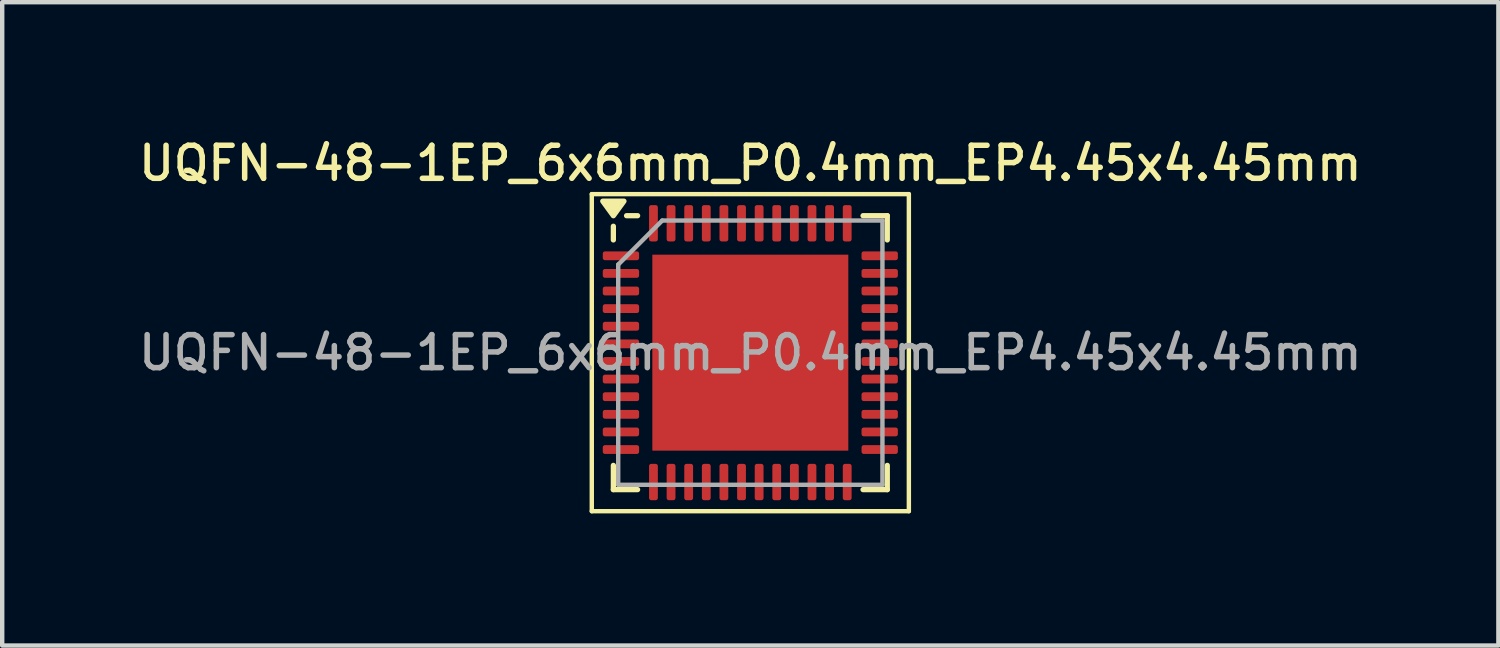
<source format=kicad_pcb>
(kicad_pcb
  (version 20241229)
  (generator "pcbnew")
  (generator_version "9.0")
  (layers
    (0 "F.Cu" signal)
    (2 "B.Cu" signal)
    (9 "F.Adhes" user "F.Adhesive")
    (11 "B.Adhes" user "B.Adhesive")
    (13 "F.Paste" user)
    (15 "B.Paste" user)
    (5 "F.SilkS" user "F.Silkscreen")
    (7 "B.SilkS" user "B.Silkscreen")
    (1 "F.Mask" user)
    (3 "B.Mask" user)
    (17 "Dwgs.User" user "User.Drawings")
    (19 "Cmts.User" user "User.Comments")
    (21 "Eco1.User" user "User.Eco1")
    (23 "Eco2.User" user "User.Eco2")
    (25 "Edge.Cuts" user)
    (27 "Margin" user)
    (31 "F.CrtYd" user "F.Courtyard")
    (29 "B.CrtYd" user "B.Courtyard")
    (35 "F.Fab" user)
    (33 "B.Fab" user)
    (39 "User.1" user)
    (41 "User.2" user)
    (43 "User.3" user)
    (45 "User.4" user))
  (footprint "UQFN-48-1EP_6x6mm_P0.4mm_EP4.45x4.45mm"
    (layer "F.Cu")
    (at 13.988 4.958)
    (property "Reference" "UQFN-48-1EP_6x6mm_P0.4mm_EP4.45x4.45mm" (at 0 -4.3 0) (layer "F.SilkS") (effects (font (size 0.75 0.75) (thickness 0.125))))
    (attr smd)
    (fp_line (start -3.6 -3.6) (end -3.6 3.6) (stroke (width 0.1) (type solid)) (layer "F.SilkS"))
    (fp_line (start -3.6 3.6) (end 3.6 3.6) (stroke (width 0.1) (type solid)) (layer "F.SilkS"))
    (fp_line (start -3.11 -2.56) (end -3.11 -2.87) (stroke (width 0.12) (type solid)) (layer "F.SilkS"))
    (fp_line (start -3.11 3.11) (end -3.11 2.56) (stroke (width 0.12) (type solid)) (layer "F.SilkS"))
    (fp_line (start -2.56 -3.11) (end -2.81 -3.11) (stroke (width 0.12) (type solid)) (layer "F.SilkS"))
    (fp_line (start -2.56 3.11) (end -3.11 3.11) (stroke (width 0.12) (type solid)) (layer "F.SilkS"))
    (fp_line (start 2.56 -3.11) (end 3.11 -3.11) (stroke (width 0.12) (type solid)) (layer "F.SilkS"))
    (fp_line (start 2.56 3.11) (end 3.11 3.11) (stroke (width 0.12) (type solid)) (layer "F.SilkS"))
    (fp_line (start 3.11 -3.11) (end 3.11 -2.56) (stroke (width 0.12) (type solid)) (layer "F.SilkS"))
    (fp_line (start 3.11 3.11) (end 3.11 2.56) (stroke (width 0.12) (type solid)) (layer "F.SilkS"))
    (fp_line (start 3.6 -3.6) (end -3.6 -3.6) (stroke (width 0.1) (type solid)) (layer "F.SilkS"))
    (fp_line (start 3.6 3.6) (end 3.6 -3.6) (stroke (width 0.1) (type solid)) (layer "F.SilkS"))
    (fp_poly (pts (xy -3.11 -3.11) (xy -3.35 -3.44) (xy -2.87 -3.44) (xy -3.11 -3.11)) (stroke (width 0.12) (type solid)) (fill yes) (layer "F.SilkS"))
    (fp_line (start -3 -2) (end -2 -3) (stroke (width 0.1) (type solid)) (layer "F.Fab"))
    (fp_line (start -3 3) (end -3 -2) (stroke (width 0.1) (type solid)) (layer "F.Fab"))
    (fp_line (start -2 -3) (end 3 -3) (stroke (width 0.1) (type solid)) (layer "F.Fab"))
    (fp_line (start 3 -3) (end 3 3) (stroke (width 0.1) (type solid)) (layer "F.Fab"))
    (fp_line (start 3 3) (end -3 3) (stroke (width 0.1) (type solid)) (layer "F.Fab"))
    (fp_text user "${REFERENCE}" (at 0 0 0) (layer "F.Fab") (effects (font (size 0.75 0.75) (thickness 0.125))))
    (pad "" smd roundrect (at -1.48 -1.48) (size 1.2 1.2) (layers "F.Paste") (roundrect_rratio 0.208))
    (pad "" smd roundrect (at -1.48 0) (size 1.2 1.2) (layers "F.Paste") (roundrect_rratio 0.208))
    (pad "" smd roundrect (at -1.48 1.48) (size 1.2 1.2) (layers "F.Paste") (roundrect_rratio 0.208))
    (pad "" smd roundrect (at 0 -1.48) (size 1.2 1.2) (layers "F.Paste") (roundrect_rratio 0.208))
    (pad "" smd roundrect (at 0 0) (size 1.2 1.2) (layers "F.Paste") (roundrect_rratio 0.208))
    (pad "" smd roundrect (at 0 1.48) (size 1.2 1.2) (layers "F.Paste") (roundrect_rratio 0.208))
    (pad "" smd roundrect (at 1.48 -1.48) (size 1.2 1.2) (layers "F.Paste") (roundrect_rratio 0.208))
    (pad "" smd roundrect (at 1.48 0) (size 1.2 1.2) (layers "F.Paste") (roundrect_rratio 0.208))
    (pad "" smd roundrect (at 1.48 1.48) (size 1.2 1.2) (layers "F.Paste") (roundrect_rratio 0.208))
    (pad "1" smd roundrect (at -2.938 -2.2) (size 0.825 0.2) (layers "F.Cu" "F.Mask" "F.Paste") (roundrect_rratio 0.25))
    (pad "2" smd roundrect (at -2.938 -1.8) (size 0.825 0.2) (layers "F.Cu" "F.Mask" "F.Paste") (roundrect_rratio 0.25))
    (pad "3" smd roundrect (at -2.938 -1.4) (size 0.825 0.2) (layers "F.Cu" "F.Mask" "F.Paste") (roundrect_rratio 0.25))
    (pad "4" smd roundrect (at -2.938 -1) (size 0.825 0.2) (layers "F.Cu" "F.Mask" "F.Paste") (roundrect_rratio 0.25))
    (pad "5" smd roundrect (at -2.938 -0.6) (size 0.825 0.2) (layers "F.Cu" "F.Mask" "F.Paste") (roundrect_rratio 0.25))
    (pad "6" smd roundrect (at -2.938 -0.2) (size 0.825 0.2) (layers "F.Cu" "F.Mask" "F.Paste") (roundrect_rratio 0.25))
    (pad "7" smd roundrect (at -2.938 0.2) (size 0.825 0.2) (layers "F.Cu" "F.Mask" "F.Paste") (roundrect_rratio 0.25))
    (pad "8" smd roundrect (at -2.938 0.6) (size 0.825 0.2) (layers "F.Cu" "F.Mask" "F.Paste") (roundrect_rratio 0.25))
    (pad "9" smd roundrect (at -2.938 1) (size 0.825 0.2) (layers "F.Cu" "F.Mask" "F.Paste") (roundrect_rratio 0.25))
    (pad "10" smd roundrect (at -2.938 1.4) (size 0.825 0.2) (layers "F.Cu" "F.Mask" "F.Paste") (roundrect_rratio 0.25))
    (pad "11" smd roundrect (at -2.938 1.8) (size 0.825 0.2) (layers "F.Cu" "F.Mask" "F.Paste") (roundrect_rratio 0.25))
    (pad "12" smd roundrect (at -2.938 2.2) (size 0.825 0.2) (layers "F.Cu" "F.Mask" "F.Paste") (roundrect_rratio 0.25))
    (pad "13" smd roundrect (at -2.2 2.938) (size 0.2 0.825) (layers "F.Cu" "F.Mask" "F.Paste") (roundrect_rratio 0.25))
    (pad "14" smd roundrect (at -1.8 2.938) (size 0.2 0.825) (layers "F.Cu" "F.Mask" "F.Paste") (roundrect_rratio 0.25))
    (pad "15" smd roundrect (at -1.4 2.938) (size 0.2 0.825) (layers "F.Cu" "F.Mask" "F.Paste") (roundrect_rratio 0.25))
    (pad "16" smd roundrect (at -1 2.938) (size 0.2 0.825) (layers "F.Cu" "F.Mask" "F.Paste") (roundrect_rratio 0.25))
    (pad "17" smd roundrect (at -0.6 2.938) (size 0.2 0.825) (layers "F.Cu" "F.Mask" "F.Paste") (roundrect_rratio 0.25))
    (pad "18" smd roundrect (at -0.2 2.938) (size 0.2 0.825) (layers "F.Cu" "F.Mask" "F.Paste") (roundrect_rratio 0.25))
    (pad "19" smd roundrect (at 0.2 2.938) (size 0.2 0.825) (layers "F.Cu" "F.Mask" "F.Paste") (roundrect_rratio 0.25))
    (pad "20" smd roundrect (at 0.6 2.938) (size 0.2 0.825) (layers "F.Cu" "F.Mask" "F.Paste") (roundrect_rratio 0.25))
    (pad "21" smd roundrect (at 1 2.938) (size 0.2 0.825) (layers "F.Cu" "F.Mask" "F.Paste") (roundrect_rratio 0.25))
    (pad "22" smd roundrect (at 1.4 2.938) (size 0.2 0.825) (layers "F.Cu" "F.Mask" "F.Paste") (roundrect_rratio 0.25))
    (pad "23" smd roundrect (at 1.8 2.938) (size 0.2 0.825) (layers "F.Cu" "F.Mask" "F.Paste") (roundrect_rratio 0.25))
    (pad "24" smd roundrect (at 2.2 2.938) (size 0.2 0.825) (layers "F.Cu" "F.Mask" "F.Paste") (roundrect_rratio 0.25))
    (pad "25" smd roundrect (at 2.938 2.2) (size 0.825 0.2) (layers "F.Cu" "F.Mask" "F.Paste") (roundrect_rratio 0.25))
    (pad "26" smd roundrect (at 2.938 1.8) (size 0.825 0.2) (layers "F.Cu" "F.Mask" "F.Paste") (roundrect_rratio 0.25))
    (pad "27" smd roundrect (at 2.938 1.4) (size 0.825 0.2) (layers "F.Cu" "F.Mask" "F.Paste") (roundrect_rratio 0.25))
    (pad "28" smd roundrect (at 2.938 1) (size 0.825 0.2) (layers "F.Cu" "F.Mask" "F.Paste") (roundrect_rratio 0.25))
    (pad "29" smd roundrect (at 2.938 0.6) (size 0.825 0.2) (layers "F.Cu" "F.Mask" "F.Paste") (roundrect_rratio 0.25))
    (pad "30" smd roundrect (at 2.938 0.2) (size 0.825 0.2) (layers "F.Cu" "F.Mask" "F.Paste") (roundrect_rratio 0.25))
    (pad "31" smd roundrect (at 2.938 -0.2) (size 0.825 0.2) (layers "F.Cu" "F.Mask" "F.Paste") (roundrect_rratio 0.25))
    (pad "32" smd roundrect (at 2.938 -0.6) (size 0.825 0.2) (layers "F.Cu" "F.Mask" "F.Paste") (roundrect_rratio 0.25))
    (pad "33" smd roundrect (at 2.938 -1) (size 0.825 0.2) (layers "F.Cu" "F.Mask" "F.Paste") (roundrect_rratio 0.25))
    (pad "34" smd roundrect (at 2.938 -1.4) (size 0.825 0.2) (layers "F.Cu" "F.Mask" "F.Paste") (roundrect_rratio 0.25))
    (pad "35" smd roundrect (at 2.938 -1.8) (size 0.825 0.2) (layers "F.Cu" "F.Mask" "F.Paste") (roundrect_rratio 0.25))
    (pad "36" smd roundrect (at 2.938 -2.2) (size 0.825 0.2) (layers "F.Cu" "F.Mask" "F.Paste") (roundrect_rratio 0.25))
    (pad "37" smd roundrect (at 2.2 -2.938) (size 0.2 0.825) (layers "F.Cu" "F.Mask" "F.Paste") (roundrect_rratio 0.25))
    (pad "38" smd roundrect (at 1.8 -2.938) (size 0.2 0.825) (layers "F.Cu" "F.Mask" "F.Paste") (roundrect_rratio 0.25))
    (pad "39" smd roundrect (at 1.4 -2.938) (size 0.2 0.825) (layers "F.Cu" "F.Mask" "F.Paste") (roundrect_rratio 0.25))
    (pad "40" smd roundrect (at 1 -2.938) (size 0.2 0.825) (layers "F.Cu" "F.Mask" "F.Paste") (roundrect_rratio 0.25))
    (pad "41" smd roundrect (at 0.6 -2.938) (size 0.2 0.825) (layers "F.Cu" "F.Mask" "F.Paste") (roundrect_rratio 0.25))
    (pad "42" smd roundrect (at 0.2 -2.938) (size 0.2 0.825) (layers "F.Cu" "F.Mask" "F.Paste") (roundrect_rratio 0.25))
    (pad "43" smd roundrect (at -0.2 -2.938) (size 0.2 0.825) (layers "F.Cu" "F.Mask" "F.Paste") (roundrect_rratio 0.25))
    (pad "44" smd roundrect (at -0.6 -2.938) (size 0.2 0.825) (layers "F.Cu" "F.Mask" "F.Paste") (roundrect_rratio 0.25))
    (pad "45" smd roundrect (at -1 -2.938) (size 0.2 0.825) (layers "F.Cu" "F.Mask" "F.Paste") (roundrect_rratio 0.25))
    (pad "46" smd roundrect (at -1.4 -2.938) (size 0.2 0.825) (layers "F.Cu" "F.Mask" "F.Paste") (roundrect_rratio 0.25))
    (pad "47" smd roundrect (at -1.8 -2.938) (size 0.2 0.825) (layers "F.Cu" "F.Mask" "F.Paste") (roundrect_rratio 0.25))
    (pad "48" smd roundrect (at -2.2 -2.938) (size 0.2 0.825) (layers "F.Cu" "F.Mask" "F.Paste") (roundrect_rratio 0.25))
    (pad "49" smd rect (at 0 0) (size 4.45 4.45) (property pad_prop_heatsink) (layers "F.Cu" "F.Mask")))
  (gr_rect
    (start -3 -3)
    (end 30.975 11.608)
    (stroke (width 0.1) (type default))
    (fill no)
    (layer "Edge.Cuts")))
</source>
